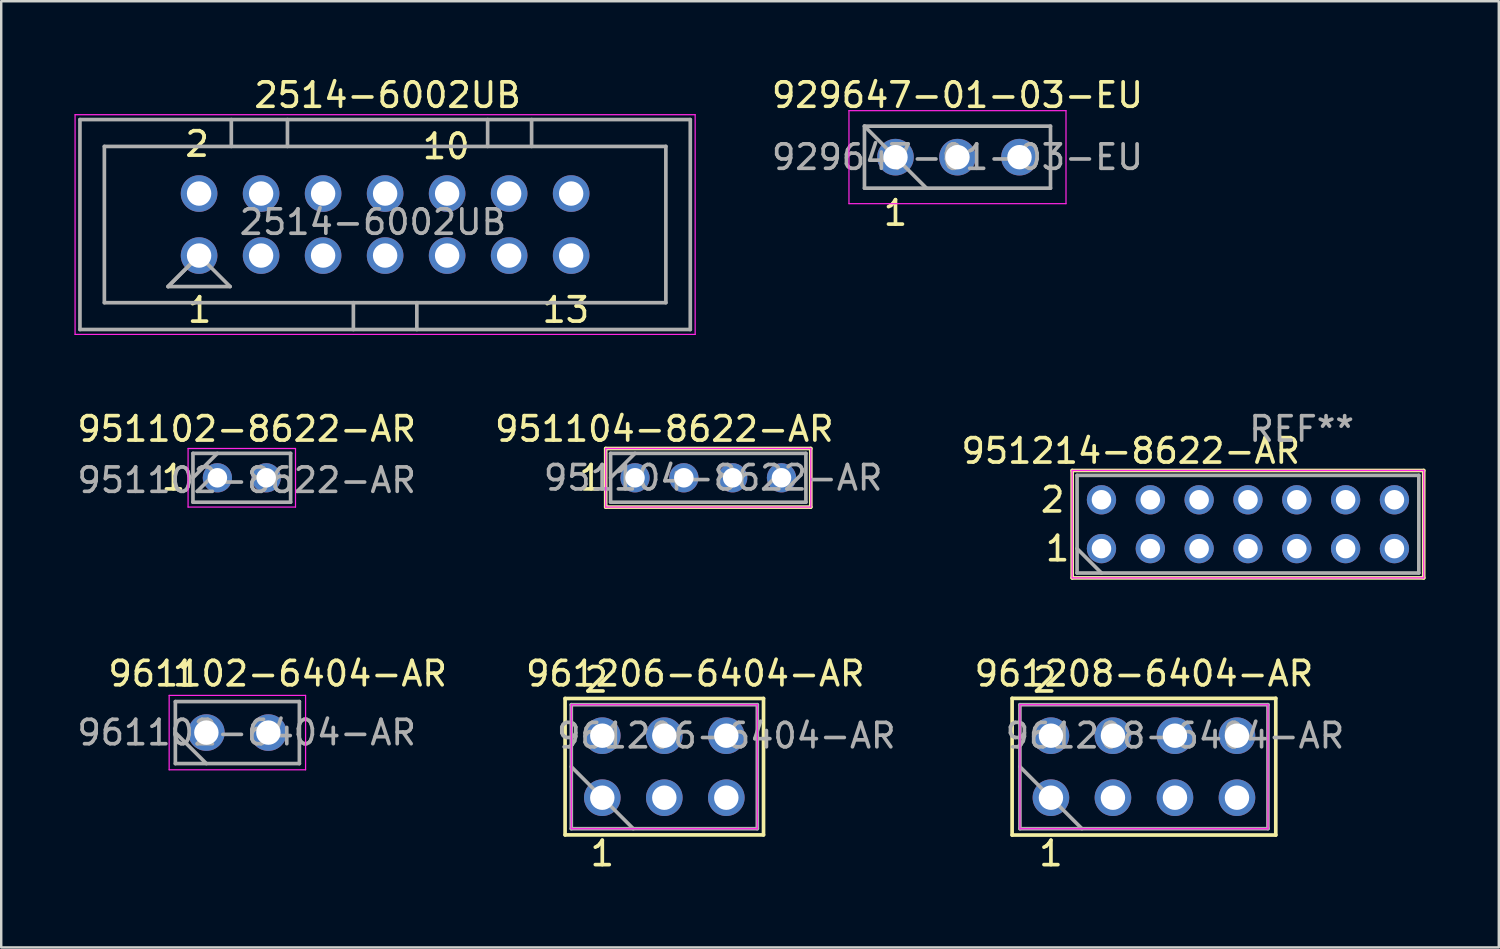
<source format=kicad_pcb>
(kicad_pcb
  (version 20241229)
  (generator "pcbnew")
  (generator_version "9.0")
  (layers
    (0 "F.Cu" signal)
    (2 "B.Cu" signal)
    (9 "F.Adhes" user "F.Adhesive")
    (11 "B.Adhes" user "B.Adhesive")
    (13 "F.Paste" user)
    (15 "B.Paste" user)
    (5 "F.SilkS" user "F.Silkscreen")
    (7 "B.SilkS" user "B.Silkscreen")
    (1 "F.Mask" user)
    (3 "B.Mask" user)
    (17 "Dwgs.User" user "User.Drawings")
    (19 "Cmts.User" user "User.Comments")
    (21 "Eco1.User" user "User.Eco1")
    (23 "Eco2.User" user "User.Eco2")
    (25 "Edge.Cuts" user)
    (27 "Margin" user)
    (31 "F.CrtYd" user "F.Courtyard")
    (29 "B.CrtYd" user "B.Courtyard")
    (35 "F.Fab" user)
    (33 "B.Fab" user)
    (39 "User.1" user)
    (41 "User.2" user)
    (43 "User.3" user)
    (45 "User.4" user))
  (footprint "951104-8622-AR"
    (layer "F.Cu")
    (at 25.961 16.521)
    (property "Reference" "951104-8622-AR" (at -1.8 -2 0) (layer "F.SilkS") (effects (font (size 1 1) (thickness 0.15))))
    (attr smd)
    (fp_line (start -4.2 -1.2) (end 4.2 -1.2) (stroke (width 0.15) (type solid)) (layer "F.SilkS"))
    (fp_line (start -4.2 1.2) (end -4.2 -1.2) (stroke (width 0.15) (type solid)) (layer "F.SilkS"))
    (fp_line (start 4.2 -1.2) (end 4.2 1.2) (stroke (width 0.15) (type solid)) (layer "F.SilkS"))
    (fp_line (start 4.2 1.2) (end -4.2 1.2) (stroke (width 0.15) (type solid)) (layer "F.SilkS"))
    (fp_line (start -4.2 -1.2) (end 4.2 -1.2) (stroke (width 0.05) (type solid)) (layer "F.CrtYd"))
    (fp_line (start -4.2 1.2) (end -4.2 -1.2) (stroke (width 0.05) (type solid)) (layer "F.CrtYd"))
    (fp_line (start 4.2 -1.2) (end 4.2 1.2) (stroke (width 0.05) (type solid)) (layer "F.CrtYd"))
    (fp_line (start 4.2 1.2) (end -4.2 1.2) (stroke (width 0.05) (type solid)) (layer "F.CrtYd"))
    (fp_line (start -4 -1) (end -4 1) (stroke (width 0.15) (type solid)) (layer "F.Fab"))
    (fp_line (start -4 1) (end 4 1) (stroke (width 0.15) (type solid)) (layer "F.Fab"))
    (fp_line (start -3 -1) (end -4 0) (stroke (width 0.15) (type solid)) (layer "F.Fab"))
    (fp_line (start 4 -1) (end -4 -1) (stroke (width 0.15) (type solid)) (layer "F.Fab"))
    (fp_line (start 4 1) (end 4 -1) (stroke (width 0.15) (type solid)) (layer "F.Fab"))
    (fp_text user "1" (at -4.8 0 0) (layer "F.SilkS") (effects (font (size 1 1) (thickness 0.15))))
    (fp_text user "${REFERENCE}" (at 0.2 0 0) (layer "F.Fab") (effects (font (size 1 1) (thickness 0.15))))
    (pad "1" thru_hole circle (at -3 0) (size 1.2 1.2) (drill 0.8) (layers "*.Cu" "*.Mask"))
    (pad "2" thru_hole circle (at -1 0) (size 1.2 1.2) (drill 0.8) (layers "*.Cu" "*.Mask"))
    (pad "3" thru_hole circle (at 1 0) (size 1.2 1.2) (drill 0.8) (layers "*.Cu" "*.Mask"))
    (pad "4" thru_hole circle (at 3 0) (size 1.2 1.2) (drill 0.8) (layers "*.Cu" "*.Mask")))
  (footprint "961102-6404-AR"
    (layer "F.Cu")
    (at 6.673 26.958)
    (property "Reference" "961102-6404-AR" (at 1.651 -2.413 0) (layer "F.SilkS") (effects (font (size 1 1) (thickness 0.15))))
    (attr through_hole)
    (fp_line (start -2.794 -1.524) (end 2.794 -1.524) (stroke (width 0.05) (type solid)) (layer "F.CrtYd"))
    (fp_line (start -2.794 1.524) (end -2.794 -1.524) (stroke (width 0.05) (type solid)) (layer "F.CrtYd"))
    (fp_line (start 2.794 -1.524) (end 2.794 1.524) (stroke (width 0.05) (type solid)) (layer "F.CrtYd"))
    (fp_line (start 2.794 1.524) (end -2.794 1.524) (stroke (width 0.05) (type solid)) (layer "F.CrtYd"))
    (fp_line (start -2.54 -1.27) (end 2.54 -1.27) (stroke (width 0.15) (type solid)) (layer "F.Fab"))
    (fp_line (start -2.54 0) (end -1.27 1.27) (stroke (width 0.15) (type solid)) (layer "F.Fab"))
    (fp_line (start -2.54 1.27) (end -2.54 -1.27) (stroke (width 0.15) (type solid)) (layer "F.Fab"))
    (fp_line (start 2.54 -1.27) (end 2.54 1.27) (stroke (width 0.15) (type solid)) (layer "F.Fab"))
    (fp_line (start 2.54 1.27) (end -2.54 1.27) (stroke (width 0.15) (type solid)) (layer "F.Fab"))
    (fp_text user "1" (at -2.159 -2.413 0) (layer "F.SilkS") (effects (font (size 1 1) (thickness 0.15))))
    (fp_text user "${REFERENCE}" (at 0.381 0 0) (layer "F.Fab") (effects (font (size 1 1) (thickness 0.15))))
    (pad "1" thru_hole circle (at -1.27 0) (size 1.5 1.5) (drill 1) (layers "*.Cu" "*.Mask"))
    (pad "2" thru_hole circle (at 1.27 0) (size 1.5 1.5) (drill 1) (layers "*.Cu" "*.Mask")))
  (footprint "961208-6404-AR"
    (layer "F.Cu")
    (at 43.808 28.355)
    (property "Reference" "961208-6404-AR" (at 0 -3.81 0) (layer "F.SilkS") (effects (font (size 1 1) (thickness 0.15))))
    (attr through_hole)
    (fp_line (start -5.4 -2.8) (end -5.4 2.8) (stroke (width 0.15) (type solid)) (layer "F.SilkS"))
    (fp_line (start -5.4 2.8) (end 5.4 2.8) (stroke (width 0.15) (type solid)) (layer "F.SilkS"))
    (fp_line (start 5.4 -2.8) (end -5.4 -2.8) (stroke (width 0.15) (type solid)) (layer "F.SilkS"))
    (fp_line (start 5.4 2.8) (end 5.4 -2.8) (stroke (width 0.15) (type solid)) (layer "F.SilkS"))
    (fp_line (start -5.08 -2.54) (end 5.08 -2.54) (stroke (width 0.05) (type solid)) (layer "F.CrtYd"))
    (fp_line (start -5.08 2.54) (end -5.08 -2.54) (stroke (width 0.05) (type solid)) (layer "F.CrtYd"))
    (fp_line (start 5.08 -2.54) (end 5.08 2.54) (stroke (width 0.05) (type solid)) (layer "F.CrtYd"))
    (fp_line (start 5.08 2.54) (end -5.08 2.54) (stroke (width 0.05) (type solid)) (layer "F.CrtYd"))
    (fp_line (start -5.08 -2.54) (end 5.08 -2.54) (stroke (width 0.15) (type solid)) (layer "F.Fab"))
    (fp_line (start -5.08 0) (end -2.54 2.54) (stroke (width 0.15) (type solid)) (layer "F.Fab"))
    (fp_line (start -5.08 2.54) (end -5.08 -2.54) (stroke (width 0.15) (type solid)) (layer "F.Fab"))
    (fp_line (start 5.08 -2.54) (end 5.08 2.54) (stroke (width 0.15) (type solid)) (layer "F.Fab"))
    (fp_line (start 5.08 2.54) (end -5.08 2.54) (stroke (width 0.15) (type solid)) (layer "F.Fab"))
    (fp_text user "2" (at -4.064 -3.556 0) (layer "F.SilkS") (effects (font (size 1 1) (thickness 0.15))))
    (fp_text user "1" (at -3.81 3.556 0) (layer "F.SilkS") (effects (font (size 1 1) (thickness 0.15))))
    (fp_text user "${REFERENCE}" (at 1.27 -1.27 0) (layer "F.Fab") (effects (font (size 1 1) (thickness 0.15))))
    (pad "1" thru_hole circle (at -3.81 1.27) (size 1.5 1.5) (drill 1) (layers "*.Cu" "*.Mask"))
    (pad "2" thru_hole circle (at -3.81 -1.27) (size 1.5 1.5) (drill 1) (layers "*.Cu" "*.Mask"))
    (pad "3" thru_hole circle (at -1.27 1.27) (size 1.5 1.5) (drill 1) (layers "*.Cu" "*.Mask"))
    (pad "4" thru_hole circle (at -1.27 -1.27) (size 1.5 1.5) (drill 1) (layers "*.Cu" "*.Mask"))
    (pad "5" thru_hole circle (at 1.27 1.27) (size 1.5 1.5) (drill 1) (layers "*.Cu" "*.Mask"))
    (pad "6" thru_hole circle (at 1.27 -1.27) (size 1.5 1.5) (drill 1) (layers "*.Cu" "*.Mask"))
    (pad "7" thru_hole circle (at 3.81 1.27) (size 1.5 1.5) (drill 1) (layers "*.Cu" "*.Mask"))
    (pad "8" thru_hole circle (at 3.81 -1.27) (size 1.5 1.5) (drill 1) (layers "*.Cu" "*.Mask")))
  (footprint "951102-8622-AR"
    (layer "F.Cu")
    (at 6.854 16.521)
    (property "Reference" "951102-8622-AR" (at 0.2 -2 0) (layer "F.SilkS") (effects (font (size 1 1) (thickness 0.15))))
    (attr smd)
    (fp_line (start -2.2 -1.2) (end 2.2 -1.2) (stroke (width 0.05) (type solid)) (layer "F.CrtYd"))
    (fp_line (start -2.2 1.2) (end -2.2 -1.2) (stroke (width 0.05) (type solid)) (layer "F.CrtYd"))
    (fp_line (start 2.2 -1.2) (end 2.2 1.2) (stroke (width 0.05) (type solid)) (layer "F.CrtYd"))
    (fp_line (start 2.2 1.2) (end -2.2 1.2) (stroke (width 0.05) (type solid)) (layer "F.CrtYd"))
    (fp_line (start -2 -1) (end -2 1) (stroke (width 0.15) (type solid)) (layer "F.Fab"))
    (fp_line (start -2 1) (end 2 1) (stroke (width 0.15) (type solid)) (layer "F.Fab"))
    (fp_line (start -1 -1) (end -2 0) (stroke (width 0.15) (type solid)) (layer "F.Fab"))
    (fp_line (start 2 -1) (end -2 -1) (stroke (width 0.15) (type solid)) (layer "F.Fab"))
    (fp_line (start 2 1) (end 2 -1) (stroke (width 0.15) (type solid)) (layer "F.Fab"))
    (fp_text user "1" (at -2.8 0 0) (layer "F.SilkS") (effects (font (size 1 1) (thickness 0.15))))
    (fp_text user "${REFERENCE}" (at 0.2 0.1 0) (layer "F.Fab") (effects (font (size 1 1) (thickness 0.15))))
    (pad "1" thru_hole circle (at -1 0) (size 1.2 1.2) (drill 0.8) (layers "*.Cu" "*.Mask"))
    (pad "2" thru_hole circle (at 1 0) (size 1.2 1.2) (drill 0.8) (layers "*.Cu" "*.Mask")))
  (footprint "929647-01-03-EU"
    (layer "F.Cu")
    (at 36.17 3.388)
    (property "Reference" "929647-01-03-EU" (at 0 -2.54 0) (layer "F.SilkS") (effects (font (size 1 1) (thickness 0.15))))
    (attr through_hole)
    (fp_line (start -4.445 -1.905) (end 4.445 -1.905) (stroke (width 0.05) (type solid)) (layer "F.CrtYd"))
    (fp_line (start -4.445 1.905) (end -4.445 -1.905) (stroke (width 0.05) (type solid)) (layer "F.CrtYd"))
    (fp_line (start 4.445 -1.905) (end 4.445 1.905) (stroke (width 0.05) (type solid)) (layer "F.CrtYd"))
    (fp_line (start 4.445 1.905) (end -4.445 1.905) (stroke (width 0.05) (type solid)) (layer "F.CrtYd"))
    (fp_line (start -3.81 -1.27) (end -1.27 1.27) (stroke (width 0.15) (type solid)) (layer "F.Fab"))
    (fp_line (start -3.81 -1.27) (end 3.81 -1.27) (stroke (width 0.15) (type solid)) (layer "F.Fab"))
    (fp_line (start -3.81 1.27) (end -3.81 -1.27) (stroke (width 0.15) (type solid)) (layer "F.Fab"))
    (fp_line (start 3.81 -1.27) (end 3.81 1.27) (stroke (width 0.15) (type solid)) (layer "F.Fab"))
    (fp_line (start 3.81 1.27) (end -3.81 1.27) (stroke (width 0.15) (type solid)) (layer "F.Fab"))
    (fp_text user "1" (at -2.54 2.286 0) (layer "F.SilkS") (effects (font (size 1 1) (thickness 0.15))))
    (fp_text user "${REFERENCE}" (at 0 0 0) (layer "F.Fab") (effects (font (size 1 1) (thickness 0.15))))
    (pad "1" thru_hole circle (at -2.54 0) (size 1.5 1.5) (drill 1) (layers "*.Cu" "*.Mask"))
    (pad "2" thru_hole circle (at 0 0) (size 1.5 1.5) (drill 1) (layers "*.Cu" "*.Mask"))
    (pad "3" thru_hole circle (at 2.54 0) (size 1.5 1.5) (drill 1) (layers "*.Cu" "*.Mask")))
  (footprint "951214-8622-AR"
    (layer "F.Cu")
    (at 48.068 18.422)
    (property "Reference" "951214-8622-AR" (at -4.8 -3 0) (layer "F.SilkS") (effects (font (size 1 1) (thickness 0.15))))
    (attr through_hole)
    (fp_line (start -7.2 -2.2) (end 7.2 -2.2) (stroke (width 0.15) (type solid)) (layer "F.SilkS"))
    (fp_line (start -7.2 2.2) (end -7.2 -2.2) (stroke (width 0.15) (type solid)) (layer "F.SilkS"))
    (fp_line (start 7.2 -2.2) (end 7.2 2.2) (stroke (width 0.15) (type solid)) (layer "F.SilkS"))
    (fp_line (start 7.2 2.2) (end -7.2 2.2) (stroke (width 0.15) (type solid)) (layer "F.SilkS"))
    (fp_line (start -7.2 -2.2) (end 7.2 -2.2) (stroke (width 0.05) (type solid)) (layer "F.CrtYd"))
    (fp_line (start -7.2 2.2) (end -7.2 -2.2) (stroke (width 0.05) (type solid)) (layer "F.CrtYd"))
    (fp_line (start 7.2 -2.2) (end 7.2 2.2) (stroke (width 0.05) (type solid)) (layer "F.CrtYd"))
    (fp_line (start 7.2 2.2) (end -7.2 2.2) (stroke (width 0.05) (type solid)) (layer "F.CrtYd"))
    (fp_line (start -7 -2) (end -7 2) (stroke (width 0.15) (type solid)) (layer "F.Fab"))
    (fp_line (start -7 2) (end 7 2) (stroke (width 0.15) (type solid)) (layer "F.Fab"))
    (fp_line (start -6 2) (end -7 1) (stroke (width 0.15) (type solid)) (layer "F.Fab"))
    (fp_line (start 7 -2) (end -7 -2) (stroke (width 0.15) (type solid)) (layer "F.Fab"))
    (fp_line (start 7 2) (end 7 -2) (stroke (width 0.15) (type solid)) (layer "F.Fab"))
    (fp_text user "2" (at -8 -1 0) (layer "F.SilkS") (effects (font (size 1 1) (thickness 0.15))))
    (fp_text user "1" (at -7.8 1 0) (layer "F.SilkS") (effects (font (size 1 1) (thickness 0.15))))
    (fp_text user "REF**" (at 2.2 -3.9 0) (layer "F.Fab") (effects (font (size 1 1) (thickness 0.15))))
    (pad "1" thru_hole circle (at -6 1) (size 1.2 1.2) (drill 0.8) (layers "*.Cu" "*.Mask"))
    (pad "2" thru_hole circle (at -6 -1) (size 1.2 1.2) (drill 0.8) (layers "*.Cu" "*.Mask"))
    (pad "3" thru_hole circle (at -4 1) (size 1.2 1.2) (drill 0.8) (layers "*.Cu" "*.Mask"))
    (pad "4" thru_hole circle (at -4 -1) (size 1.2 1.2) (drill 0.8) (layers "*.Cu" "*.Mask"))
    (pad "5" thru_hole circle (at -2 1) (size 1.2 1.2) (drill 0.8) (layers "*.Cu" "*.Mask"))
    (pad "6" thru_hole circle (at -2 -1) (size 1.2 1.2) (drill 0.8) (layers "*.Cu" "*.Mask"))
    (pad "7" thru_hole circle (at 0 1) (size 1.2 1.2) (drill 0.8) (layers "*.Cu" "*.Mask"))
    (pad "8" thru_hole circle (at 0 -1) (size 1.2 1.2) (drill 0.8) (layers "*.Cu" "*.Mask"))
    (pad "9" thru_hole circle (at 2 1) (size 1.2 1.2) (drill 0.8) (layers "*.Cu" "*.Mask"))
    (pad "10" thru_hole circle (at 2 -1) (size 1.2 1.2) (drill 0.8) (layers "*.Cu" "*.Mask"))
    (pad "11" thru_hole circle (at 4 1) (size 1.2 1.2) (drill 0.8) (layers "*.Cu" "*.Mask"))
    (pad "12" thru_hole circle (at 4 -1) (size 1.2 1.2) (drill 0.8) (layers "*.Cu" "*.Mask"))
    (pad "13" thru_hole circle (at 6 1) (size 1.2 1.2) (drill 0.8) (layers "*.Cu" "*.Mask"))
    (pad "14" thru_hole circle (at 6 -1) (size 1.2 1.2) (drill 0.8) (layers "*.Cu" "*.Mask")))
  (footprint "961206-6404-AR"
    (layer "F.Cu")
    (at 24.161 28.355)
    (property "Reference" "961206-6404-AR" (at 1.27 -3.81 0) (layer "F.SilkS") (effects (font (size 1 1) (thickness 0.15))))
    (attr through_hole)
    (fp_line (start -4.064 -2.794) (end -4.064 2.794) (stroke (width 0.15) (type solid)) (layer "F.SilkS"))
    (fp_line (start -4.064 2.794) (end 4.064 2.794) (stroke (width 0.15) (type solid)) (layer "F.SilkS"))
    (fp_line (start 4.064 -2.794) (end -4.064 -2.794) (stroke (width 0.15) (type solid)) (layer "F.SilkS"))
    (fp_line (start 4.064 2.794) (end 4.064 -2.794) (stroke (width 0.15) (type solid)) (layer "F.SilkS"))
    (fp_line (start -3.81 -2.54) (end 3.81 -2.54) (stroke (width 0.05) (type solid)) (layer "F.CrtYd"))
    (fp_line (start -3.81 2.54) (end -3.81 -2.54) (stroke (width 0.05) (type solid)) (layer "F.CrtYd"))
    (fp_line (start 3.81 -2.54) (end 3.81 2.54) (stroke (width 0.05) (type solid)) (layer "F.CrtYd"))
    (fp_line (start 3.81 2.54) (end -3.81 2.54) (stroke (width 0.05) (type solid)) (layer "F.CrtYd"))
    (fp_line (start -3.81 -2.54) (end 3.81 -2.54) (stroke (width 0.15) (type solid)) (layer "F.Fab"))
    (fp_line (start -3.81 0) (end -1.27 2.54) (stroke (width 0.15) (type solid)) (layer "F.Fab"))
    (fp_line (start -3.81 2.54) (end -3.81 -2.54) (stroke (width 0.15) (type solid)) (layer "F.Fab"))
    (fp_line (start 3.81 -2.54) (end 3.81 2.54) (stroke (width 0.15) (type solid)) (layer "F.Fab"))
    (fp_line (start 3.81 2.54) (end -3.81 2.54) (stroke (width 0.15) (type solid)) (layer "F.Fab"))
    (fp_text user "2" (at -2.794 -3.556 0) (layer "F.SilkS") (effects (font (size 1 1) (thickness 0.15))))
    (fp_text user "1" (at -2.54 3.556 0) (layer "F.SilkS") (effects (font (size 1 1) (thickness 0.15))))
    (fp_text user "${REFERENCE}" (at 2.54 -1.27 0) (layer "F.Fab") (effects (font (size 1 1) (thickness 0.15))))
    (pad "1" thru_hole circle (at -2.54 1.27) (size 1.5 1.5) (drill 1) (layers "*.Cu" "*.Mask"))
    (pad "2" thru_hole circle (at -2.54 -1.27) (size 1.5 1.5) (drill 1) (layers "*.Cu" "*.Mask"))
    (pad "3" thru_hole circle (at 0 1.27) (size 1.5 1.5) (drill 1) (layers "*.Cu" "*.Mask"))
    (pad "4" thru_hole circle (at 0 -1.27) (size 1.5 1.5) (drill 1) (layers "*.Cu" "*.Mask"))
    (pad "5" thru_hole circle (at 2.54 1.27) (size 1.5 1.5) (drill 1) (layers "*.Cu" "*.Mask"))
    (pad "6" thru_hole circle (at 2.54 -1.27) (size 1.5 1.5) (drill 1) (layers "*.Cu" "*.Mask")))
  (footprint "2514-6002UB"
    (layer "F.Cu")
    (at 12.725 6.148)
    (property "Reference" "2514-6002UB" (at 0.1 -5.3 0) (layer "F.SilkS") (effects (font (size 1 1) (thickness 0.15))))
    (attr smd)
    (fp_line (start -12.7 -4.5) (end 12.7 -4.5) (stroke (width 0.05) (type solid)) (layer "F.CrtYd"))
    (fp_line (start -12.7 4.5) (end -12.7 -4.5) (stroke (width 0.05) (type solid)) (layer "F.CrtYd"))
    (fp_line (start 12.7 -4.5) (end 12.7 4.5) (stroke (width 0.05) (type solid)) (layer "F.CrtYd"))
    (fp_line (start 12.7 4.5) (end -12.7 4.5) (stroke (width 0.05) (type solid)) (layer "F.CrtYd"))
    (fp_line (start -12.5 -4.3) (end 12.5 -4.3) (stroke (width 0.15) (type solid)) (layer "F.Fab"))
    (fp_line (start -12.5 4.3) (end -12.5 -4.3) (stroke (width 0.15) (type solid)) (layer "F.Fab"))
    (fp_line (start -12.5 4.3) (end 12.5 4.3) (stroke (width 0.15) (type solid)) (layer "F.Fab"))
    (fp_line (start -11.5 -3.2) (end 11.5 -3.2) (stroke (width 0.15) (type solid)) (layer "F.Fab"))
    (fp_line (start -11.5 3.2) (end -11.5 -3.2) (stroke (width 0.15) (type solid)) (layer "F.Fab"))
    (fp_line (start -8.89 2.54) (end -7.62 1.27) (stroke (width 0.15) (type solid)) (layer "F.Fab"))
    (fp_line (start -8.89 2.54) (end -6.35 2.54) (stroke (width 0.15) (type solid)) (layer "F.Fab"))
    (fp_line (start -7.62 1.27) (end -8.89 2.54) (stroke (width 0.15) (type solid)) (layer "F.Fab"))
    (fp_line (start -7.62 1.27) (end -6.35 2.54) (stroke (width 0.15) (type solid)) (layer "F.Fab"))
    (fp_line (start -6.3 -4.3) (end -6.3 -3.2) (stroke (width 0.15) (type solid)) (layer "F.Fab"))
    (fp_line (start -4 -3.2) (end -4 -4.3) (stroke (width 0.15) (type solid)) (layer "F.Fab"))
    (fp_line (start -1.3 4.3) (end -1.3 3.2) (stroke (width 0.15) (type solid)) (layer "F.Fab"))
    (fp_line (start 1.3 3.2) (end 1.3 4.3) (stroke (width 0.15) (type solid)) (layer "F.Fab"))
    (fp_line (start 4.2 -4.3) (end 4.2 -3.2) (stroke (width 0.15) (type solid)) (layer "F.Fab"))
    (fp_line (start 6 -3.2) (end 6 -4.3) (stroke (width 0.15) (type solid)) (layer "F.Fab"))
    (fp_line (start 11.5 -3.2) (end 11.5 3.2) (stroke (width 0.15) (type solid)) (layer "F.Fab"))
    (fp_line (start 11.5 3.2) (end -11.5 3.2) (stroke (width 0.15) (type solid)) (layer "F.Fab"))
    (fp_line (start 12.5 -4.3) (end 12.5 4.3) (stroke (width 0.15) (type solid)) (layer "F.Fab"))
    (fp_text user "1" (at -7.6 3.5 0) (layer "F.SilkS") (effects (font (size 1 1) (thickness 0.15))))
    (fp_text user "13" (at 7.4 3.5 0) (layer "F.SilkS") (effects (font (size 1 1) (thickness 0.15))))
    (fp_text user "2" (at -7.7 -3.3 0) (layer "F.SilkS") (effects (font (size 1 1) (thickness 0.15))))
    (fp_text user "10" (at 2.5 -3.2 0) (layer "F.SilkS") (effects (font (size 1 1) (thickness 0.15))))
    (fp_text user "${REFERENCE}" (at -0.5 -0.1 0) (layer "F.Fab") (effects (font (size 1 1) (thickness 0.15))))
    (pad "1" thru_hole circle (at -7.62 1.27) (size 1.5 1.5) (drill 1) (layers "*.Cu" "*.Mask"))
    (pad "2" thru_hole circle (at -7.62 -1.27) (size 1.5 1.5) (drill 1) (layers "*.Cu" "*.Mask"))
    (pad "3" thru_hole circle (at -5.08 1.27) (size 1.5 1.5) (drill 1) (layers "*.Cu" "*.Mask"))
    (pad "4" thru_hole circle (at -5.08 -1.27) (size 1.5 1.5) (drill 1) (layers "*.Cu" "*.Mask"))
    (pad "5" thru_hole circle (at -2.54 1.27) (size 1.5 1.5) (drill 1) (layers "*.Cu" "*.Mask"))
    (pad "6" thru_hole circle (at -2.54 -1.27) (size 1.5 1.5) (drill 1) (layers "*.Cu" "*.Mask"))
    (pad "7" thru_hole circle (at 0 1.27) (size 1.5 1.5) (drill 1) (layers "*.Cu" "*.Mask"))
    (pad "8" thru_hole circle (at 0 -1.27) (size 1.5 1.5) (drill 1) (layers "*.Cu" "*.Mask"))
    (pad "9" thru_hole circle (at 2.54 1.27) (size 1.5 1.5) (drill 1) (layers "*.Cu" "*.Mask"))
    (pad "10" thru_hole circle (at 2.54 -1.27) (size 1.5 1.5) (drill 1) (layers "*.Cu" "*.Mask"))
    (pad "11" thru_hole circle (at 5.08 1.27) (size 1.5 1.5) (drill 1) (layers "*.Cu" "*.Mask"))
    (pad "12" thru_hole circle (at 5.08 -1.27) (size 1.5 1.5) (drill 1) (layers "*.Cu" "*.Mask"))
    (pad "13" thru_hole circle (at 7.62 1.27) (size 1.5 1.5) (drill 1) (layers "*.Cu" "*.Mask"))
    (pad "14" thru_hole circle (at 7.62 -1.27) (size 1.5 1.5) (drill 1) (layers "*.Cu" "*.Mask")))
  (gr_rect
    (start -3 -3)
    (end 58.343 35.759)
    (stroke (width 0.1) (type default))
    (fill no)
    (layer "Edge.Cuts")))
</source>
